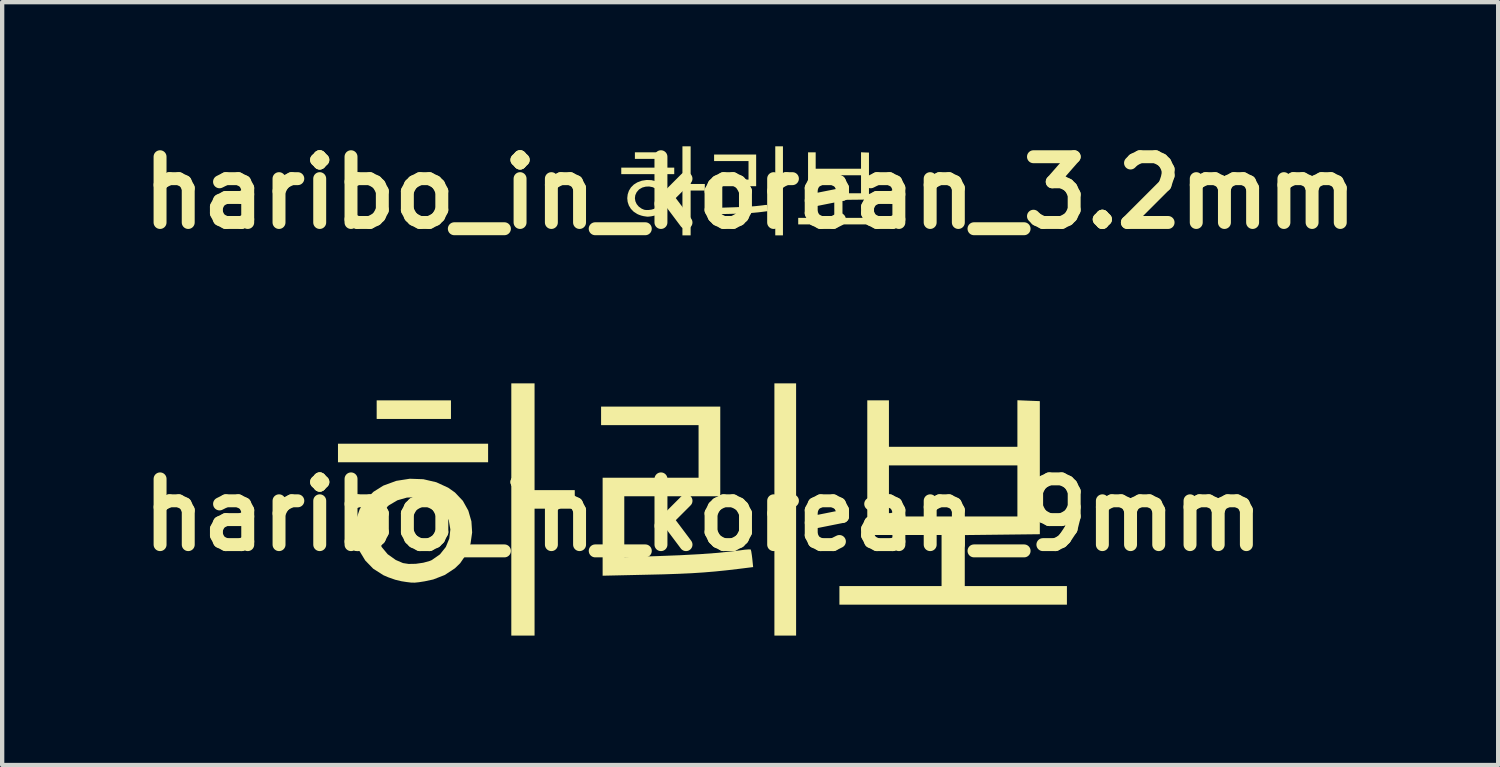
<source format=kicad_pcb>
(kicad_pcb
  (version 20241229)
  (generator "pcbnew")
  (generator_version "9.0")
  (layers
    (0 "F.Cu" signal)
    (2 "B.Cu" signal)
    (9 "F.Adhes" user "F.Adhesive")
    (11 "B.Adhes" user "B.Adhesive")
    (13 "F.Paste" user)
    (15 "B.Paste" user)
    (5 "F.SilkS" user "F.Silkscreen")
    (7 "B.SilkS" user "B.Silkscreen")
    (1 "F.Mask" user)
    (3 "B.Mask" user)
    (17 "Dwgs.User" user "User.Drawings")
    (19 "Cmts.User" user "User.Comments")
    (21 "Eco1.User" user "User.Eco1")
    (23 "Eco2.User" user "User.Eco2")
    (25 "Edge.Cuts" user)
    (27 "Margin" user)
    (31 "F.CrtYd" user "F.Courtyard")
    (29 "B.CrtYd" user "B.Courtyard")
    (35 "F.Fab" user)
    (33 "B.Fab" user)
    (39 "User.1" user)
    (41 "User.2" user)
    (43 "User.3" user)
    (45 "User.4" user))
  (footprint "haribo_in_korean_3.2mm"
    (layer "F.Cu")
    (at 14.34 1.418)
    (property "Reference" "haribo_in_korean_3.2mm" (at 0 0 0) (layer "F.SilkS") (effects (font (size 1.524 1.524) (thickness 0.3))))
    (attr board_only exclude_from_pos_files exclude_from_bom)
    (fp_poly (pts (xy -2.064 -0.785) (xy -2.672 -0.785) (xy -2.672 -0.937) (xy -2.064 -0.937)) (stroke (width 0) (type solid)) (fill yes) (layer "F.SilkS"))
    (fp_poly (pts (xy -1.76 -0.431) (xy -2.988 -0.431) (xy -2.988 -0.582) (xy -1.76 -0.582)) (stroke (width 0) (type solid)) (fill yes) (layer "F.SilkS"))
    (fp_poly (pts (xy 0.76 0.988) (xy 0.582 0.988) (xy 0.582 -1.076) (xy 0.76 -1.076)) (stroke (width 0) (type solid)) (fill yes) (layer "F.SilkS"))
    (fp_poly (pts (xy -1.38 -0.203) (xy -1.051 -0.203) (xy -1.051 -0.051) (xy -1.38 -0.051) (xy -1.38 0.988) (xy -1.57 0.988) (xy -1.57 -1.076) (xy -1.38 -1.076)) (stroke (width 0) (type solid)) (fill yes) (layer "F.SilkS"))
    (fp_poly (pts (xy 2.662 -0.934) (xy 2.754 -0.931) (xy 2.754 0.158) (xy 2.447 0.162) (xy 2.14 0.165) (xy 2.14 0.582) (xy 2.976 0.582) (xy 2.976 0.734) (xy 1.114 0.734) (xy 1.114 0.582) (xy 1.95 0.582) (xy 1.95 0.165) (xy 1.342 0.165) (xy 1.342 0.013) (xy 1.519 0.013) (xy 2.57 0.013) (xy 2.57 -0.405) (xy 1.519 -0.405) (xy 1.519 0.013) (xy 1.342 0.013) (xy 1.342 -0.937) (xy 1.519 -0.937) (xy 1.519 -0.557) (xy 2.57 -0.557) (xy 2.57 -0.938)) (stroke (width 0) (type solid)) (fill yes) (layer "F.SilkS"))
    (fp_poly (pts (xy 0.139 -0.152) (xy -0.646 -0.152) (xy -0.646 0.346) (xy -0.37 0.337) (xy -0.188 0.33) (xy -0.024 0.321) (xy 0.118 0.311) (xy 0.238 0.298) (xy 0.296 0.291) (xy 0.34 0.285) (xy 0.373 0.282) (xy 0.389 0.283) (xy 0.389 0.283) (xy 0.393 0.298) (xy 0.398 0.33) (xy 0.401 0.358) (xy 0.408 0.427) (xy 0.29 0.442) (xy 0.19 0.454) (xy 0.096 0.463) (xy 0.003 0.471) (xy -0.094 0.477) (xy -0.202 0.482) (xy -0.324 0.486) (xy -0.459 0.49) (xy -0.823 0.498) (xy -0.823 -0.304) (xy -0.038 -0.304) (xy -0.038 -0.734) (xy -0.836 -0.734) (xy -0.836 -0.886) (xy 0.139 -0.886)) (stroke (width 0) (type solid)) (fill yes) (layer "F.SilkS"))
    (fp_poly (pts (xy -2.29 -0.292) (xy -2.184 -0.267) (xy -2.086 -0.222) (xy -2.031 -0.184) (xy -1.967 -0.116) (xy -1.922 -0.035) (xy -1.897 0.052) (xy -1.891 0.144) (xy -1.904 0.234) (xy -1.937 0.32) (xy -1.989 0.396) (xy -2.031 0.437) (xy -2.114 0.492) (xy -2.209 0.528) (xy -2.279 0.544) (xy -2.327 0.551) (xy -2.361 0.554) (xy -2.391 0.554) (xy -2.428 0.549) (xy -2.469 0.543) (xy -2.519 0.531) (xy -2.577 0.511) (xy -2.616 0.494) (xy -2.7 0.44) (xy -2.765 0.373) (xy -2.812 0.296) (xy -2.84 0.212) (xy -2.849 0.127) (xy -2.672 0.127) (xy -2.661 0.197) (xy -2.631 0.263) (xy -2.582 0.322) (xy -2.516 0.369) (xy -2.457 0.394) (xy -2.411 0.401) (xy -2.352 0.4) (xy -2.29 0.392) (xy -2.237 0.377) (xy -2.221 0.37) (xy -2.154 0.323) (xy -2.106 0.263) (xy -2.077 0.193) (xy -2.069 0.119) (xy -2.082 0.045) (xy -2.117 -0.025) (xy -2.135 -0.049) (xy -2.193 -0.098) (xy -2.264 -0.13) (xy -2.343 -0.145) (xy -2.424 -0.141) (xy -2.502 -0.12) (xy -2.57 -0.08) (xy -2.58 -0.072) (xy -2.632 -0.011) (xy -2.663 0.057) (xy -2.672 0.127) (xy -2.849 0.127) (xy -2.849 0.125) (xy -2.839 0.038) (xy -2.811 -0.046) (xy -2.764 -0.123) (xy -2.698 -0.189) (xy -2.617 -0.24) (xy -2.511 -0.279) (xy -2.401 -0.296)) (stroke (width 0) (type solid)) (fill yes) (layer "F.SilkS")))
  (footprint "haribo_in_korean_9mm"
    (layer "F.Cu")
    (at 13.252 8.886)
    (property "Reference" "haribo_in_korean_9mm" (at 0 0 0) (layer "F.SilkS") (effects (font (size 1.524 1.524) (thickness 0.3))))
    (attr board_only exclude_from_pos_files exclude_from_bom)
    (fp_poly (pts (xy -5.848 -2.224) (xy -7.57 -2.224) (xy -7.57 -2.655) (xy -5.848 -2.655)) (stroke (width 0) (type solid)) (fill yes) (layer "F.SilkS"))
    (fp_poly (pts (xy -4.987 -1.22) (xy -8.467 -1.22) (xy -8.467 -1.65) (xy -4.987 -1.65)) (stroke (width 0) (type solid)) (fill yes) (layer "F.SilkS"))
    (fp_poly (pts (xy 2.153 2.798) (xy 1.65 2.798) (xy 1.65 -3.049) (xy 2.153 -3.049)) (stroke (width 0) (type solid)) (fill yes) (layer "F.SilkS"))
    (fp_poly (pts (xy -3.91 -0.574) (xy -2.978 -0.574) (xy -2.978 -0.144) (xy -3.91 -0.144) (xy -3.91 2.798) (xy -4.449 2.798) (xy -4.449 -3.049) (xy -3.91 -3.049)) (stroke (width 0) (type solid)) (fill yes) (layer "F.SilkS"))
    (fp_poly (pts (xy 7.543 -2.647) (xy 7.803 -2.637) (xy 7.803 0.448) (xy 6.063 0.468) (xy 6.063 1.65) (xy 8.431 1.65) (xy 8.431 2.081) (xy 3.157 2.081) (xy 3.157 1.65) (xy 5.525 1.65) (xy 5.525 0.466) (xy 3.803 0.466) (xy 3.803 0.036) (xy 4.305 0.036) (xy 7.283 0.036) (xy 7.283 -1.148) (xy 4.305 -1.148) (xy 4.305 0.036) (xy 3.803 0.036) (xy 3.803 -2.655) (xy 4.305 -2.655) (xy 4.305 -1.579) (xy 7.283 -1.579) (xy 7.283 -2.658)) (stroke (width 0) (type solid)) (fill yes) (layer "F.SilkS"))
    (fp_poly (pts (xy 0.395 -0.431) (xy -1.83 -0.431) (xy -1.83 0.98) (xy -1.049 0.955) (xy -0.532 0.935) (xy -0.069 0.91) (xy 0.335 0.88) (xy 0.675 0.845) (xy 0.839 0.824) (xy 0.964 0.807) (xy 1.057 0.8) (xy 1.101 0.802) (xy 1.101 0.802) (xy 1.113 0.844) (xy 1.127 0.934) (xy 1.137 1.014) (xy 1.157 1.21) (xy 0.821 1.252) (xy 0.538 1.285) (xy 0.273 1.312) (xy 0.009 1.334) (xy -0.267 1.352) (xy -0.571 1.366) (xy -0.918 1.378) (xy -1.3 1.387) (xy -2.332 1.41) (xy -2.332 -0.861) (xy -0.108 -0.861) (xy -0.108 -2.081) (xy -2.368 -2.081) (xy -2.368 -2.511) (xy 0.395 -2.511)) (stroke (width 0) (type solid)) (fill yes) (layer "F.SilkS"))
    (fp_poly (pts (xy -6.489 -0.827) (xy -6.188 -0.757) (xy -5.912 -0.63) (xy -5.756 -0.52) (xy -5.573 -0.327) (xy -5.446 -0.1) (xy -5.374 0.149) (xy -5.357 0.407) (xy -5.394 0.664) (xy -5.487 0.906) (xy -5.635 1.121) (xy -5.756 1.238) (xy -5.991 1.393) (xy -6.258 1.497) (xy -6.458 1.54) (xy -6.592 1.561) (xy -6.688 1.571) (xy -6.775 1.569) (xy -6.88 1.556) (xy -6.996 1.538) (xy -7.138 1.504) (xy -7.301 1.447) (xy -7.413 1.399) (xy -7.651 1.247) (xy -7.835 1.057) (xy -7.967 0.839) (xy -8.046 0.601) (xy -8.071 0.36) (xy -7.571 0.36) (xy -7.539 0.559) (xy -7.453 0.746) (xy -7.315 0.912) (xy -7.128 1.045) (xy -6.96 1.117) (xy -6.83 1.137) (xy -6.663 1.134) (xy -6.489 1.109) (xy -6.338 1.067) (xy -6.292 1.047) (xy -6.103 0.915) (xy -5.967 0.744) (xy -5.886 0.548) (xy -5.862 0.338) (xy -5.898 0.128) (xy -5.998 -0.072) (xy -6.048 -0.138) (xy -6.213 -0.278) (xy -6.415 -0.369) (xy -6.639 -0.41) (xy -6.869 -0.401) (xy -7.088 -0.339) (xy -7.282 -0.225) (xy -7.309 -0.203) (xy -7.458 -0.031) (xy -7.545 0.16) (xy -7.571 0.36) (xy -8.071 0.36) (xy -8.072 0.354) (xy -8.045 0.107) (xy -7.964 -0.13) (xy -7.831 -0.347) (xy -7.645 -0.535) (xy -7.415 -0.679) (xy -7.115 -0.789) (xy -6.802 -0.838)) (stroke (width 0) (type solid)) (fill yes) (layer "F.SilkS")))
  (gr_rect
    (start -3 -3)
    (end 31.68 14.684)
    (stroke (width 0.1) (type default))
    (fill no)
    (layer "Edge.Cuts")))
</source>
